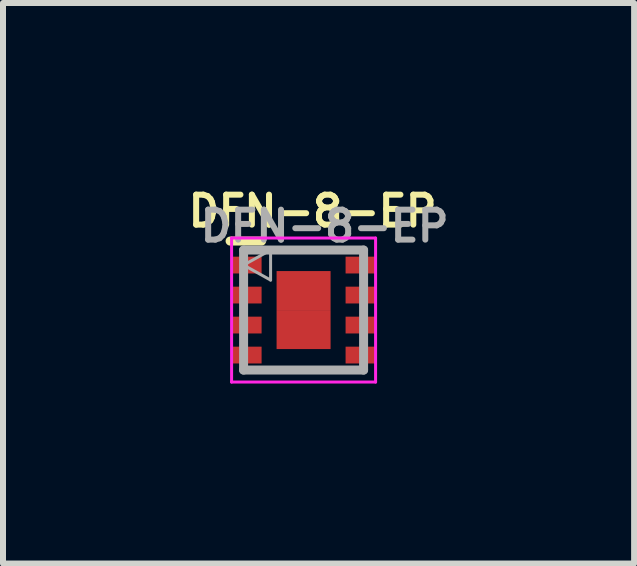
<source format=kicad_pcb>
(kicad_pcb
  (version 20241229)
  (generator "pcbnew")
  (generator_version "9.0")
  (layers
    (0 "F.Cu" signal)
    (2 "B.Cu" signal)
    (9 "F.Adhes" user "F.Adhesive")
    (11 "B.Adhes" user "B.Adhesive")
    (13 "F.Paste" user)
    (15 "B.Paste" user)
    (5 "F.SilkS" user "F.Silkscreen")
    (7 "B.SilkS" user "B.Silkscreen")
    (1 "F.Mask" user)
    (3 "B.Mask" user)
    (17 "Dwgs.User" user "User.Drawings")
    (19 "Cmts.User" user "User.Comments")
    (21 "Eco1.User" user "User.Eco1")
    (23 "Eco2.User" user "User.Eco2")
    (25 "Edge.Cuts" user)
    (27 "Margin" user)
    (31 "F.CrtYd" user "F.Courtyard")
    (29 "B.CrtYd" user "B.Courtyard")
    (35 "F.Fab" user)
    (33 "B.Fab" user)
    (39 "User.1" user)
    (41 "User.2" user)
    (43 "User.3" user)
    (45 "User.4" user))
  (footprint "DFN-8-EP"
    (layer "F.Cu")
    (at 2.01 2.118)
    (property "Reference" "DFN-8-EP" (at 0.15 -1.65 0) (layer "F.SilkS") (effects (font (size 0.5 0.5) (thickness 0.1))))
    (attr smd)
    (fp_line (start -1.225 -1.15) (end -0.7 -1.15) (stroke (width 0.15) (type solid)) (layer "F.SilkS"))
    (fp_line (start -1.2 -1.2) (end -1.2 1.2) (stroke (width 0.05) (type solid)) (layer "F.CrtYd"))
    (fp_line (start -1.2 -1.2) (end 1.2 -1.2) (stroke (width 0.05) (type solid)) (layer "F.CrtYd"))
    (fp_line (start -1.2 1.2) (end 1.2 1.2) (stroke (width 0.05) (type solid)) (layer "F.CrtYd"))
    (fp_line (start 1.2 -1.2) (end 1.2 1.2) (stroke (width 0.05) (type solid)) (layer "F.CrtYd"))
    (fp_line (start -1 -1) (end 1 -1) (stroke (width 0.15) (type solid)) (layer "F.Fab"))
    (fp_line (start -1 -0.75) (end -0.55 -1) (stroke (width 0.05) (type solid)) (layer "F.Fab"))
    (fp_line (start -1 1) (end -1 -1) (stroke (width 0.15) (type solid)) (layer "F.Fab"))
    (fp_line (start -0.55 -1) (end -0.55 -0.5) (stroke (width 0.05) (type solid)) (layer "F.Fab"))
    (fp_line (start -0.55 -0.5) (end -1 -0.75) (stroke (width 0.05) (type solid)) (layer "F.Fab"))
    (fp_line (start 1 -1) (end 1 1) (stroke (width 0.15) (type solid)) (layer "F.Fab"))
    (fp_line (start 1 1) (end -1 1) (stroke (width 0.15) (type solid)) (layer "F.Fab"))
    (fp_text user "${REFERENCE}" (at 0.35 -1.4 0) (layer "F.Fab") (effects (font (size 0.5 0.5) (thickness 0.1))))
    (pad "1" smd rect (at -0.95 -0.75) (size 0.5 0.28) (layers "F.Cu" "F.Mask" "F.Paste"))
    (pad "2" smd rect (at -0.95 -0.25) (size 0.5 0.28) (layers "F.Cu" "F.Mask" "F.Paste"))
    (pad "3" smd rect (at -0.95 0.25) (size 0.5 0.28) (layers "F.Cu" "F.Mask" "F.Paste"))
    (pad "4" smd rect (at -0.95 0.75) (size 0.5 0.28) (layers "F.Cu" "F.Mask" "F.Paste"))
    (pad "5" smd rect (at 0.95 0.75) (size 0.5 0.28) (layers "F.Cu" "F.Mask" "F.Paste"))
    (pad "6" smd rect (at 0.95 0.25) (size 0.5 0.28) (layers "F.Cu" "F.Mask" "F.Paste"))
    (pad "7" smd rect (at 0.95 -0.25) (size 0.5 0.28) (layers "F.Cu" "F.Mask" "F.Paste"))
    (pad "8" smd rect (at 0.95 -0.75) (size 0.5 0.28) (layers "F.Cu" "F.Mask" "F.Paste"))
    (pad "EP" smd rect (at 0 -0.325) (size 0.9 0.65) (layers "F.Cu" "F.Mask" "F.Paste"))
    (pad "EP" smd rect (at 0 0.325) (size 0.9 0.65) (layers "F.Cu" "F.Mask" "F.Paste")))
  (gr_rect
    (start -3 -3)
    (end 7.519 6.343)
    (stroke (width 0.1) (type default))
    (fill no)
    (layer "Edge.Cuts")))
</source>
